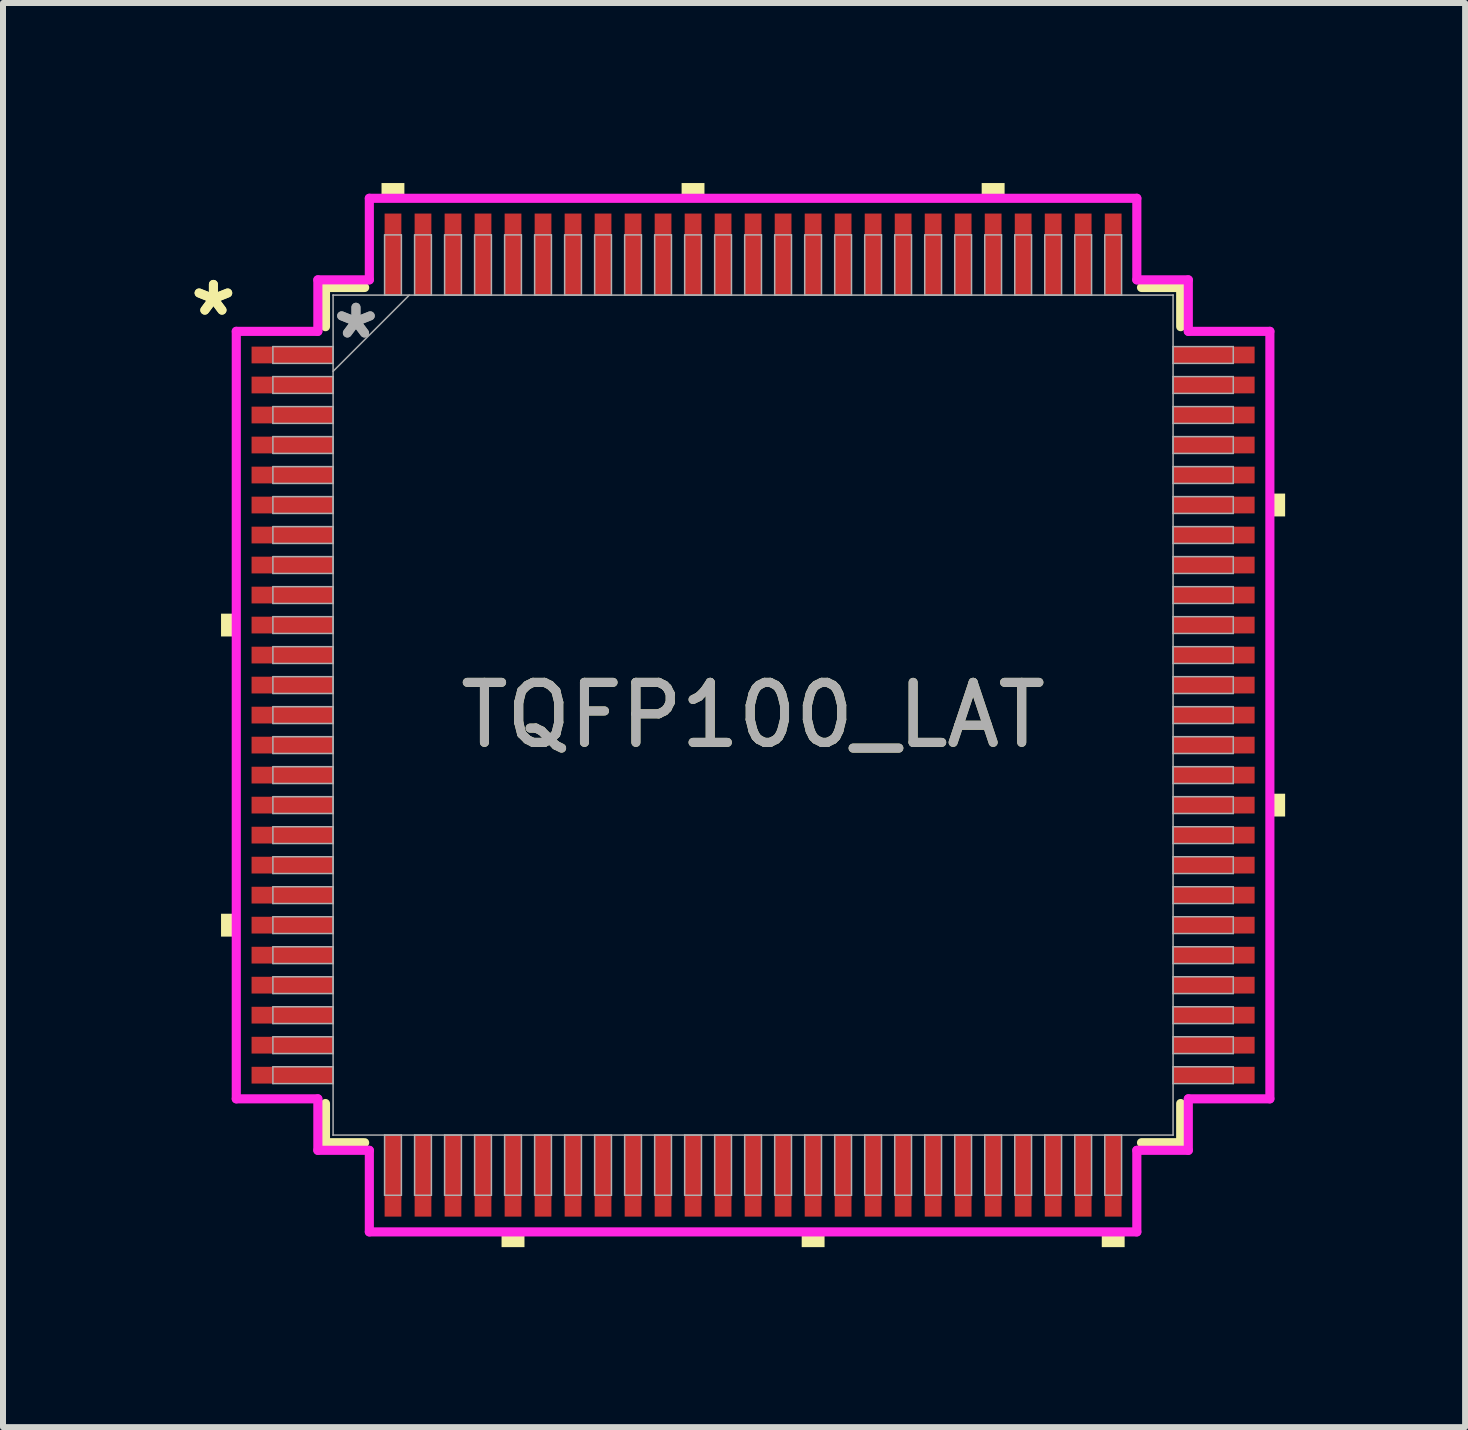
<source format=kicad_pcb>
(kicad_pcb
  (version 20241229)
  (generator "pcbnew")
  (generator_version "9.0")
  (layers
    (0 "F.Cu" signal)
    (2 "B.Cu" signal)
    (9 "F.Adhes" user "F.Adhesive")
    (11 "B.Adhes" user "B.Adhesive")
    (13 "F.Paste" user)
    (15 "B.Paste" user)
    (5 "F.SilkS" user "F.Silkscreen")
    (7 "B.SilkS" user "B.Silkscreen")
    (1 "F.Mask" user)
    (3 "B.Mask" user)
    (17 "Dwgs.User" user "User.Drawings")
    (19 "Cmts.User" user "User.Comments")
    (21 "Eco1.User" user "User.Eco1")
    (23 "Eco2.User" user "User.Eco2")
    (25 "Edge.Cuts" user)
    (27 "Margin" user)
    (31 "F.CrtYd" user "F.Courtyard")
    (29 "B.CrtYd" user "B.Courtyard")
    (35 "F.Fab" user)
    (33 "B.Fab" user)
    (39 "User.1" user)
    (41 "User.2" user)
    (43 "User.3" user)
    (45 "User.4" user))
  (footprint "TQFP100_LAT"
    (layer "F.Cu")
    (at 9.498 8.865)
    (property "Reference" "TQFP100_LAT" (at 0 0 0) (unlocked yes) (layer "F.SilkS") (effects (font (size 1 1) (thickness 0.15))))
    (attr smd)
    (fp_line (start -7.125 -7.125) (end -7.125 -6.472) (stroke (width 0.152) (type solid)) (layer "F.SilkS"))
    (fp_line (start -7.125 6.472) (end -7.125 7.125) (stroke (width 0.152) (type solid)) (layer "F.SilkS"))
    (fp_line (start -7.125 7.125) (end -6.472 7.125) (stroke (width 0.152) (type solid)) (layer "F.SilkS"))
    (fp_line (start -6.472 -7.125) (end -7.125 -7.125) (stroke (width 0.152) (type solid)) (layer "F.SilkS"))
    (fp_line (start 6.472 7.125) (end 7.125 7.125) (stroke (width 0.152) (type solid)) (layer "F.SilkS"))
    (fp_line (start 7.125 -7.125) (end 6.472 -7.125) (stroke (width 0.152) (type solid)) (layer "F.SilkS"))
    (fp_line (start 7.125 -6.472) (end 7.125 -7.125) (stroke (width 0.152) (type solid)) (layer "F.SilkS"))
    (fp_line (start 7.125 7.125) (end 7.125 6.472) (stroke (width 0.152) (type solid)) (layer "F.SilkS"))
    (fp_poly (pts (xy -8.865 -1.69) (xy -8.865 -1.31) (xy -8.611 -1.31) (xy -8.611 -1.69)) (stroke (width 0) (type solid)) (fill yes) (layer "F.SilkS"))
    (fp_poly (pts (xy -8.865 3.31) (xy -8.865 3.691) (xy -8.611 3.691) (xy -8.611 3.31)) (stroke (width 0) (type solid)) (fill yes) (layer "F.SilkS"))
    (fp_poly (pts (xy -6.191 -8.611) (xy -6.191 -8.865) (xy -5.81 -8.865) (xy -5.81 -8.611)) (stroke (width 0) (type solid)) (fill yes) (layer "F.SilkS"))
    (fp_poly (pts (xy -4.191 8.611) (xy -4.191 8.865) (xy -3.809 8.865) (xy -3.809 8.611)) (stroke (width 0) (type solid)) (fill yes) (layer "F.SilkS"))
    (fp_poly (pts (xy -1.191 -8.611) (xy -1.191 -8.865) (xy -0.81 -8.865) (xy -0.81 -8.611)) (stroke (width 0) (type solid)) (fill yes) (layer "F.SilkS"))
    (fp_poly (pts (xy 0.81 8.611) (xy 0.81 8.865) (xy 1.191 8.865) (xy 1.191 8.611)) (stroke (width 0) (type solid)) (fill yes) (layer "F.SilkS"))
    (fp_poly (pts (xy 3.809 -8.611) (xy 3.809 -8.865) (xy 4.191 -8.865) (xy 4.191 -8.611)) (stroke (width 0) (type solid)) (fill yes) (layer "F.SilkS"))
    (fp_poly (pts (xy 5.81 8.611) (xy 5.81 8.865) (xy 6.191 8.865) (xy 6.191 8.611)) (stroke (width 0) (type solid)) (fill yes) (layer "F.SilkS"))
    (fp_poly (pts (xy 8.865 -3.691) (xy 8.865 -3.31) (xy 8.611 -3.31) (xy 8.611 -3.691)) (stroke (width 0) (type solid)) (fill yes) (layer "F.SilkS"))
    (fp_poly (pts (xy 8.865 1.31) (xy 8.865 1.69) (xy 8.611 1.69) (xy 8.611 1.31)) (stroke (width 0) (type solid)) (fill yes) (layer "F.SilkS"))
    (fp_line (start -8.611 -6.394) (end -7.252 -6.394) (stroke (width 0.152) (type solid)) (layer "F.CrtYd"))
    (fp_line (start -8.611 6.394) (end -8.611 -6.394) (stroke (width 0.152) (type solid)) (layer "F.CrtYd"))
    (fp_line (start -7.252 -7.252) (end -6.394 -7.252) (stroke (width 0.152) (type solid)) (layer "F.CrtYd"))
    (fp_line (start -7.252 -6.394) (end -7.252 -7.252) (stroke (width 0.152) (type solid)) (layer "F.CrtYd"))
    (fp_line (start -7.252 6.394) (end -8.611 6.394) (stroke (width 0.152) (type solid)) (layer "F.CrtYd"))
    (fp_line (start -7.252 7.252) (end -7.252 6.394) (stroke (width 0.152) (type solid)) (layer "F.CrtYd"))
    (fp_line (start -7.252 7.252) (end -6.394 7.252) (stroke (width 0.152) (type solid)) (layer "F.CrtYd"))
    (fp_line (start -6.394 -8.611) (end 6.394 -8.611) (stroke (width 0.152) (type solid)) (layer "F.CrtYd"))
    (fp_line (start -6.394 -7.252) (end -6.394 -8.611) (stroke (width 0.152) (type solid)) (layer "F.CrtYd"))
    (fp_line (start -6.394 7.252) (end -6.394 8.611) (stroke (width 0.152) (type solid)) (layer "F.CrtYd"))
    (fp_line (start -6.394 8.611) (end 6.394 8.611) (stroke (width 0.152) (type solid)) (layer "F.CrtYd"))
    (fp_line (start 6.394 -8.611) (end 6.394 -7.252) (stroke (width 0.152) (type solid)) (layer "F.CrtYd"))
    (fp_line (start 6.394 -7.252) (end 7.252 -7.252) (stroke (width 0.152) (type solid)) (layer "F.CrtYd"))
    (fp_line (start 6.394 7.252) (end 7.252 7.252) (stroke (width 0.152) (type solid)) (layer "F.CrtYd"))
    (fp_line (start 6.394 8.611) (end 6.394 7.252) (stroke (width 0.152) (type solid)) (layer "F.CrtYd"))
    (fp_line (start 7.252 -6.394) (end 7.252 -7.252) (stroke (width 0.152) (type solid)) (layer "F.CrtYd"))
    (fp_line (start 7.252 6.394) (end 8.611 6.394) (stroke (width 0.152) (type solid)) (layer "F.CrtYd"))
    (fp_line (start 7.252 7.252) (end 7.252 6.394) (stroke (width 0.152) (type solid)) (layer "F.CrtYd"))
    (fp_line (start 8.611 -6.394) (end 7.252 -6.394) (stroke (width 0.152) (type solid)) (layer "F.CrtYd"))
    (fp_line (start 8.611 6.394) (end 8.611 -6.394) (stroke (width 0.152) (type solid)) (layer "F.CrtYd"))
    (fp_line (start -8.001 -6.14) (end -8.001 -5.86) (stroke (width 0.025) (type solid)) (layer "F.Fab"))
    (fp_line (start -8.001 -5.86) (end -6.998 -5.86) (stroke (width 0.025) (type solid)) (layer "F.Fab"))
    (fp_line (start -8.001 -5.64) (end -8.001 -5.36) (stroke (width 0.025) (type solid)) (layer "F.Fab"))
    (fp_line (start -8.001 -5.36) (end -6.998 -5.36) (stroke (width 0.025) (type solid)) (layer "F.Fab"))
    (fp_line (start -8.001 -5.14) (end -8.001 -4.86) (stroke (width 0.025) (type solid)) (layer "F.Fab"))
    (fp_line (start -8.001 -4.86) (end -6.998 -4.86) (stroke (width 0.025) (type solid)) (layer "F.Fab"))
    (fp_line (start -8.001 -4.64) (end -8.001 -4.36) (stroke (width 0.025) (type solid)) (layer "F.Fab"))
    (fp_line (start -8.001 -4.36) (end -6.998 -4.36) (stroke (width 0.025) (type solid)) (layer "F.Fab"))
    (fp_line (start -8.001 -4.14) (end -8.001 -3.86) (stroke (width 0.025) (type solid)) (layer "F.Fab"))
    (fp_line (start -8.001 -3.86) (end -6.998 -3.86) (stroke (width 0.025) (type solid)) (layer "F.Fab"))
    (fp_line (start -8.001 -3.64) (end -8.001 -3.36) (stroke (width 0.025) (type solid)) (layer "F.Fab"))
    (fp_line (start -8.001 -3.36) (end -6.998 -3.36) (stroke (width 0.025) (type solid)) (layer "F.Fab"))
    (fp_line (start -8.001 -3.14) (end -8.001 -2.86) (stroke (width 0.025) (type solid)) (layer "F.Fab"))
    (fp_line (start -8.001 -2.86) (end -6.998 -2.86) (stroke (width 0.025) (type solid)) (layer "F.Fab"))
    (fp_line (start -8.001 -2.64) (end -8.001 -2.36) (stroke (width 0.025) (type solid)) (layer "F.Fab"))
    (fp_line (start -8.001 -2.36) (end -6.998 -2.36) (stroke (width 0.025) (type solid)) (layer "F.Fab"))
    (fp_line (start -8.001 -2.14) (end -8.001 -1.86) (stroke (width 0.025) (type solid)) (layer "F.Fab"))
    (fp_line (start -8.001 -1.86) (end -6.998 -1.86) (stroke (width 0.025) (type solid)) (layer "F.Fab"))
    (fp_line (start -8.001 -1.64) (end -8.001 -1.36) (stroke (width 0.025) (type solid)) (layer "F.Fab"))
    (fp_line (start -8.001 -1.36) (end -6.998 -1.36) (stroke (width 0.025) (type solid)) (layer "F.Fab"))
    (fp_line (start -8.001 -1.14) (end -8.001 -0.86) (stroke (width 0.025) (type solid)) (layer "F.Fab"))
    (fp_line (start -8.001 -0.86) (end -6.998 -0.86) (stroke (width 0.025) (type solid)) (layer "F.Fab"))
    (fp_line (start -8.001 -0.64) (end -8.001 -0.36) (stroke (width 0.025) (type solid)) (layer "F.Fab"))
    (fp_line (start -8.001 -0.36) (end -6.998 -0.36) (stroke (width 0.025) (type solid)) (layer "F.Fab"))
    (fp_line (start -8.001 -0.14) (end -8.001 0.14) (stroke (width 0.025) (type solid)) (layer "F.Fab"))
    (fp_line (start -8.001 0.14) (end -6.998 0.14) (stroke (width 0.025) (type solid)) (layer "F.Fab"))
    (fp_line (start -8.001 0.36) (end -8.001 0.64) (stroke (width 0.025) (type solid)) (layer "F.Fab"))
    (fp_line (start -8.001 0.64) (end -6.998 0.64) (stroke (width 0.025) (type solid)) (layer "F.Fab"))
    (fp_line (start -8.001 0.86) (end -8.001 1.14) (stroke (width 0.025) (type solid)) (layer "F.Fab"))
    (fp_line (start -8.001 1.14) (end -6.998 1.14) (stroke (width 0.025) (type solid)) (layer "F.Fab"))
    (fp_line (start -8.001 1.36) (end -8.001 1.64) (stroke (width 0.025) (type solid)) (layer "F.Fab"))
    (fp_line (start -8.001 1.64) (end -6.998 1.64) (stroke (width 0.025) (type solid)) (layer "F.Fab"))
    (fp_line (start -8.001 1.86) (end -8.001 2.14) (stroke (width 0.025) (type solid)) (layer "F.Fab"))
    (fp_line (start -8.001 2.14) (end -6.998 2.14) (stroke (width 0.025) (type solid)) (layer "F.Fab"))
    (fp_line (start -8.001 2.36) (end -8.001 2.64) (stroke (width 0.025) (type solid)) (layer "F.Fab"))
    (fp_line (start -8.001 2.64) (end -6.998 2.64) (stroke (width 0.025) (type solid)) (layer "F.Fab"))
    (fp_line (start -8.001 2.86) (end -8.001 3.14) (stroke (width 0.025) (type solid)) (layer "F.Fab"))
    (fp_line (start -8.001 3.14) (end -6.998 3.14) (stroke (width 0.025) (type solid)) (layer "F.Fab"))
    (fp_line (start -8.001 3.36) (end -8.001 3.64) (stroke (width 0.025) (type solid)) (layer "F.Fab"))
    (fp_line (start -8.001 3.64) (end -6.998 3.64) (stroke (width 0.025) (type solid)) (layer "F.Fab"))
    (fp_line (start -8.001 3.86) (end -8.001 4.14) (stroke (width 0.025) (type solid)) (layer "F.Fab"))
    (fp_line (start -8.001 4.14) (end -6.998 4.14) (stroke (width 0.025) (type solid)) (layer "F.Fab"))
    (fp_line (start -8.001 4.36) (end -8.001 4.64) (stroke (width 0.025) (type solid)) (layer "F.Fab"))
    (fp_line (start -8.001 4.64) (end -6.998 4.64) (stroke (width 0.025) (type solid)) (layer "F.Fab"))
    (fp_line (start -8.001 4.86) (end -8.001 5.14) (stroke (width 0.025) (type solid)) (layer "F.Fab"))
    (fp_line (start -8.001 5.14) (end -6.998 5.14) (stroke (width 0.025) (type solid)) (layer "F.Fab"))
    (fp_line (start -8.001 5.36) (end -8.001 5.64) (stroke (width 0.025) (type solid)) (layer "F.Fab"))
    (fp_line (start -8.001 5.64) (end -6.998 5.64) (stroke (width 0.025) (type solid)) (layer "F.Fab"))
    (fp_line (start -8.001 5.86) (end -8.001 6.14) (stroke (width 0.025) (type solid)) (layer "F.Fab"))
    (fp_line (start -8.001 6.14) (end -6.998 6.14) (stroke (width 0.025) (type solid)) (layer "F.Fab"))
    (fp_line (start -6.998 -6.998) (end -6.998 -6.998) (stroke (width 0.025) (type solid)) (layer "F.Fab"))
    (fp_line (start -6.998 -6.998) (end -6.998 6.998) (stroke (width 0.025) (type solid)) (layer "F.Fab"))
    (fp_line (start -6.998 -6.14) (end -8.001 -6.14) (stroke (width 0.025) (type solid)) (layer "F.Fab"))
    (fp_line (start -6.998 -5.86) (end -6.998 -6.14) (stroke (width 0.025) (type solid)) (layer "F.Fab"))
    (fp_line (start -6.998 -5.728) (end -5.728 -6.998) (stroke (width 0.025) (type solid)) (layer "F.Fab"))
    (fp_line (start -6.998 -5.64) (end -8.001 -5.64) (stroke (width 0.025) (type solid)) (layer "F.Fab"))
    (fp_line (start -6.998 -5.36) (end -6.998 -5.64) (stroke (width 0.025) (type solid)) (layer "F.Fab"))
    (fp_line (start -6.998 -5.14) (end -8.001 -5.14) (stroke (width 0.025) (type solid)) (layer "F.Fab"))
    (fp_line (start -6.998 -4.86) (end -6.998 -5.14) (stroke (width 0.025) (type solid)) (layer "F.Fab"))
    (fp_line (start -6.998 -4.64) (end -8.001 -4.64) (stroke (width 0.025) (type solid)) (layer "F.Fab"))
    (fp_line (start -6.998 -4.36) (end -6.998 -4.64) (stroke (width 0.025) (type solid)) (layer "F.Fab"))
    (fp_line (start -6.998 -4.14) (end -8.001 -4.14) (stroke (width 0.025) (type solid)) (layer "F.Fab"))
    (fp_line (start -6.998 -3.86) (end -6.998 -4.14) (stroke (width 0.025) (type solid)) (layer "F.Fab"))
    (fp_line (start -6.998 -3.64) (end -8.001 -3.64) (stroke (width 0.025) (type solid)) (layer "F.Fab"))
    (fp_line (start -6.998 -3.36) (end -6.998 -3.64) (stroke (width 0.025) (type solid)) (layer "F.Fab"))
    (fp_line (start -6.998 -3.14) (end -8.001 -3.14) (stroke (width 0.025) (type solid)) (layer "F.Fab"))
    (fp_line (start -6.998 -2.86) (end -6.998 -3.14) (stroke (width 0.025) (type solid)) (layer "F.Fab"))
    (fp_line (start -6.998 -2.64) (end -8.001 -2.64) (stroke (width 0.025) (type solid)) (layer "F.Fab"))
    (fp_line (start -6.998 -2.36) (end -6.998 -2.64) (stroke (width 0.025) (type solid)) (layer "F.Fab"))
    (fp_line (start -6.998 -2.14) (end -8.001 -2.14) (stroke (width 0.025) (type solid)) (layer "F.Fab"))
    (fp_line (start -6.998 -1.86) (end -6.998 -2.14) (stroke (width 0.025) (type solid)) (layer "F.Fab"))
    (fp_line (start -6.998 -1.64) (end -8.001 -1.64) (stroke (width 0.025) (type solid)) (layer "F.Fab"))
    (fp_line (start -6.998 -1.36) (end -6.998 -1.64) (stroke (width 0.025) (type solid)) (layer "F.Fab"))
    (fp_line (start -6.998 -1.14) (end -8.001 -1.14) (stroke (width 0.025) (type solid)) (layer "F.Fab"))
    (fp_line (start -6.998 -0.86) (end -6.998 -1.14) (stroke (width 0.025) (type solid)) (layer "F.Fab"))
    (fp_line (start -6.998 -0.64) (end -8.001 -0.64) (stroke (width 0.025) (type solid)) (layer "F.Fab"))
    (fp_line (start -6.998 -0.36) (end -6.998 -0.64) (stroke (width 0.025) (type solid)) (layer "F.Fab"))
    (fp_line (start -6.998 -0.14) (end -8.001 -0.14) (stroke (width 0.025) (type solid)) (layer "F.Fab"))
    (fp_line (start -6.998 0.14) (end -6.998 -0.14) (stroke (width 0.025) (type solid)) (layer "F.Fab"))
    (fp_line (start -6.998 0.36) (end -8.001 0.36) (stroke (width 0.025) (type solid)) (layer "F.Fab"))
    (fp_line (start -6.998 0.64) (end -6.998 0.36) (stroke (width 0.025) (type solid)) (layer "F.Fab"))
    (fp_line (start -6.998 0.86) (end -8.001 0.86) (stroke (width 0.025) (type solid)) (layer "F.Fab"))
    (fp_line (start -6.998 1.14) (end -6.998 0.86) (stroke (width 0.025) (type solid)) (layer "F.Fab"))
    (fp_line (start -6.998 1.36) (end -8.001 1.36) (stroke (width 0.025) (type solid)) (layer "F.Fab"))
    (fp_line (start -6.998 1.64) (end -6.998 1.36) (stroke (width 0.025) (type solid)) (layer "F.Fab"))
    (fp_line (start -6.998 1.86) (end -8.001 1.86) (stroke (width 0.025) (type solid)) (layer "F.Fab"))
    (fp_line (start -6.998 2.14) (end -6.998 1.86) (stroke (width 0.025) (type solid)) (layer "F.Fab"))
    (fp_line (start -6.998 2.36) (end -8.001 2.36) (stroke (width 0.025) (type solid)) (layer "F.Fab"))
    (fp_line (start -6.998 2.64) (end -6.998 2.36) (stroke (width 0.025) (type solid)) (layer "F.Fab"))
    (fp_line (start -6.998 2.86) (end -8.001 2.86) (stroke (width 0.025) (type solid)) (layer "F.Fab"))
    (fp_line (start -6.998 3.14) (end -6.998 2.86) (stroke (width 0.025) (type solid)) (layer "F.Fab"))
    (fp_line (start -6.998 3.36) (end -8.001 3.36) (stroke (width 0.025) (type solid)) (layer "F.Fab"))
    (fp_line (start -6.998 3.64) (end -6.998 3.36) (stroke (width 0.025) (type solid)) (layer "F.Fab"))
    (fp_line (start -6.998 3.86) (end -8.001 3.86) (stroke (width 0.025) (type solid)) (layer "F.Fab"))
    (fp_line (start -6.998 4.14) (end -6.998 3.86) (stroke (width 0.025) (type solid)) (layer "F.Fab"))
    (fp_line (start -6.998 4.36) (end -8.001 4.36) (stroke (width 0.025) (type solid)) (layer "F.Fab"))
    (fp_line (start -6.998 4.64) (end -6.998 4.36) (stroke (width 0.025) (type solid)) (layer "F.Fab"))
    (fp_line (start -6.998 4.86) (end -8.001 4.86) (stroke (width 0.025) (type solid)) (layer "F.Fab"))
    (fp_line (start -6.998 5.14) (end -6.998 4.86) (stroke (width 0.025) (type solid)) (layer "F.Fab"))
    (fp_line (start -6.998 5.36) (end -8.001 5.36) (stroke (width 0.025) (type solid)) (layer "F.Fab"))
    (fp_line (start -6.998 5.64) (end -6.998 5.36) (stroke (width 0.025) (type solid)) (layer "F.Fab"))
    (fp_line (start -6.998 5.86) (end -8.001 5.86) (stroke (width 0.025) (type solid)) (layer "F.Fab"))
    (fp_line (start -6.998 6.14) (end -6.998 5.86) (stroke (width 0.025) (type solid)) (layer "F.Fab"))
    (fp_line (start -6.998 6.998) (end -6.998 6.998) (stroke (width 0.025) (type solid)) (layer "F.Fab"))
    (fp_line (start -6.998 6.998) (end 6.998 6.998) (stroke (width 0.025) (type solid)) (layer "F.Fab"))
    (fp_line (start -6.14 -8.001) (end -6.14 -6.998) (stroke (width 0.025) (type solid)) (layer "F.Fab"))
    (fp_line (start -6.14 -6.998) (end -5.86 -6.998) (stroke (width 0.025) (type solid)) (layer "F.Fab"))
    (fp_line (start -6.14 6.998) (end -6.14 8.001) (stroke (width 0.025) (type solid)) (layer "F.Fab"))
    (fp_line (start -6.14 8.001) (end -5.86 8.001) (stroke (width 0.025) (type solid)) (layer "F.Fab"))
    (fp_line (start -5.86 -8.001) (end -6.14 -8.001) (stroke (width 0.025) (type solid)) (layer "F.Fab"))
    (fp_line (start -5.86 -6.998) (end -5.86 -8.001) (stroke (width 0.025) (type solid)) (layer "F.Fab"))
    (fp_line (start -5.86 6.998) (end -6.14 6.998) (stroke (width 0.025) (type solid)) (layer "F.Fab"))
    (fp_line (start -5.86 8.001) (end -5.86 6.998) (stroke (width 0.025) (type solid)) (layer "F.Fab"))
    (fp_line (start -5.64 -8.001) (end -5.64 -6.998) (stroke (width 0.025) (type solid)) (layer "F.Fab"))
    (fp_line (start -5.64 -6.998) (end -5.36 -6.998) (stroke (width 0.025) (type solid)) (layer "F.Fab"))
    (fp_line (start -5.64 6.998) (end -5.64 8.001) (stroke (width 0.025) (type solid)) (layer "F.Fab"))
    (fp_line (start -5.64 8.001) (end -5.36 8.001) (stroke (width 0.025) (type solid)) (layer "F.Fab"))
    (fp_line (start -5.36 -8.001) (end -5.64 -8.001) (stroke (width 0.025) (type solid)) (layer "F.Fab"))
    (fp_line (start -5.36 -6.998) (end -5.36 -8.001) (stroke (width 0.025) (type solid)) (layer "F.Fab"))
    (fp_line (start -5.36 6.998) (end -5.64 6.998) (stroke (width 0.025) (type solid)) (layer "F.Fab"))
    (fp_line (start -5.36 8.001) (end -5.36 6.998) (stroke (width 0.025) (type solid)) (layer "F.Fab"))
    (fp_line (start -5.14 -8.001) (end -5.14 -6.998) (stroke (width 0.025) (type solid)) (layer "F.Fab"))
    (fp_line (start -5.14 -6.998) (end -4.86 -6.998) (stroke (width 0.025) (type solid)) (layer "F.Fab"))
    (fp_line (start -5.14 6.998) (end -5.14 8.001) (stroke (width 0.025) (type solid)) (layer "F.Fab"))
    (fp_line (start -5.14 8.001) (end -4.86 8.001) (stroke (width 0.025) (type solid)) (layer "F.Fab"))
    (fp_line (start -4.86 -8.001) (end -5.14 -8.001) (stroke (width 0.025) (type solid)) (layer "F.Fab"))
    (fp_line (start -4.86 -6.998) (end -4.86 -8.001) (stroke (width 0.025) (type solid)) (layer "F.Fab"))
    (fp_line (start -4.86 6.998) (end -5.14 6.998) (stroke (width 0.025) (type solid)) (layer "F.Fab"))
    (fp_line (start -4.86 8.001) (end -4.86 6.998) (stroke (width 0.025) (type solid)) (layer "F.Fab"))
    (fp_line (start -4.64 -8.001) (end -4.64 -6.998) (stroke (width 0.025) (type solid)) (layer "F.Fab"))
    (fp_line (start -4.64 -6.998) (end -4.36 -6.998) (stroke (width 0.025) (type solid)) (layer "F.Fab"))
    (fp_line (start -4.64 6.998) (end -4.64 8.001) (stroke (width 0.025) (type solid)) (layer "F.Fab"))
    (fp_line (start -4.64 8.001) (end -4.36 8.001) (stroke (width 0.025) (type solid)) (layer "F.Fab"))
    (fp_line (start -4.36 -8.001) (end -4.64 -8.001) (stroke (width 0.025) (type solid)) (layer "F.Fab"))
    (fp_line (start -4.36 -6.998) (end -4.36 -8.001) (stroke (width 0.025) (type solid)) (layer "F.Fab"))
    (fp_line (start -4.36 6.998) (end -4.64 6.998) (stroke (width 0.025) (type solid)) (layer "F.Fab"))
    (fp_line (start -4.36 8.001) (end -4.36 6.998) (stroke (width 0.025) (type solid)) (layer "F.Fab"))
    (fp_line (start -4.14 -8.001) (end -4.14 -6.998) (stroke (width 0.025) (type solid)) (layer "F.Fab"))
    (fp_line (start -4.14 -6.998) (end -3.86 -6.998) (stroke (width 0.025) (type solid)) (layer "F.Fab"))
    (fp_line (start -4.14 6.998) (end -4.14 8.001) (stroke (width 0.025) (type solid)) (layer "F.Fab"))
    (fp_line (start -4.14 8.001) (end -3.86 8.001) (stroke (width 0.025) (type solid)) (layer "F.Fab"))
    (fp_line (start -3.86 -8.001) (end -4.14 -8.001) (stroke (width 0.025) (type solid)) (layer "F.Fab"))
    (fp_line (start -3.86 -6.998) (end -3.86 -8.001) (stroke (width 0.025) (type solid)) (layer "F.Fab"))
    (fp_line (start -3.86 6.998) (end -4.14 6.998) (stroke (width 0.025) (type solid)) (layer "F.Fab"))
    (fp_line (start -3.86 8.001) (end -3.86 6.998) (stroke (width 0.025) (type solid)) (layer "F.Fab"))
    (fp_line (start -3.64 -8.001) (end -3.64 -6.998) (stroke (width 0.025) (type solid)) (layer "F.Fab"))
    (fp_line (start -3.64 -6.998) (end -3.36 -6.998) (stroke (width 0.025) (type solid)) (layer "F.Fab"))
    (fp_line (start -3.64 6.998) (end -3.64 8.001) (stroke (width 0.025) (type solid)) (layer "F.Fab"))
    (fp_line (start -3.64 8.001) (end -3.36 8.001) (stroke (width 0.025) (type solid)) (layer "F.Fab"))
    (fp_line (start -3.36 -8.001) (end -3.64 -8.001) (stroke (width 0.025) (type solid)) (layer "F.Fab"))
    (fp_line (start -3.36 -6.998) (end -3.36 -8.001) (stroke (width 0.025) (type solid)) (layer "F.Fab"))
    (fp_line (start -3.36 6.998) (end -3.64 6.998) (stroke (width 0.025) (type solid)) (layer "F.Fab"))
    (fp_line (start -3.36 8.001) (end -3.36 6.998) (stroke (width 0.025) (type solid)) (layer "F.Fab"))
    (fp_line (start -3.14 -8.001) (end -3.14 -6.998) (stroke (width 0.025) (type solid)) (layer "F.Fab"))
    (fp_line (start -3.14 -6.998) (end -2.86 -6.998) (stroke (width 0.025) (type solid)) (layer "F.Fab"))
    (fp_line (start -3.14 6.998) (end -3.14 8.001) (stroke (width 0.025) (type solid)) (layer "F.Fab"))
    (fp_line (start -3.14 8.001) (end -2.86 8.001) (stroke (width 0.025) (type solid)) (layer "F.Fab"))
    (fp_line (start -2.86 -8.001) (end -3.14 -8.001) (stroke (width 0.025) (type solid)) (layer "F.Fab"))
    (fp_line (start -2.86 -6.998) (end -2.86 -8.001) (stroke (width 0.025) (type solid)) (layer "F.Fab"))
    (fp_line (start -2.86 6.998) (end -3.14 6.998) (stroke (width 0.025) (type solid)) (layer "F.Fab"))
    (fp_line (start -2.86 8.001) (end -2.86 6.998) (stroke (width 0.025) (type solid)) (layer "F.Fab"))
    (fp_line (start -2.64 -8.001) (end -2.64 -6.998) (stroke (width 0.025) (type solid)) (layer "F.Fab"))
    (fp_line (start -2.64 -6.998) (end -2.36 -6.998) (stroke (width 0.025) (type solid)) (layer "F.Fab"))
    (fp_line (start -2.64 6.998) (end -2.64 8.001) (stroke (width 0.025) (type solid)) (layer "F.Fab"))
    (fp_line (start -2.64 8.001) (end -2.36 8.001) (stroke (width 0.025) (type solid)) (layer "F.Fab"))
    (fp_line (start -2.36 -8.001) (end -2.64 -8.001) (stroke (width 0.025) (type solid)) (layer "F.Fab"))
    (fp_line (start -2.36 -6.998) (end -2.36 -8.001) (stroke (width 0.025) (type solid)) (layer "F.Fab"))
    (fp_line (start -2.36 6.998) (end -2.64 6.998) (stroke (width 0.025) (type solid)) (layer "F.Fab"))
    (fp_line (start -2.36 8.001) (end -2.36 6.998) (stroke (width 0.025) (type solid)) (layer "F.Fab"))
    (fp_line (start -2.14 -8.001) (end -2.14 -6.998) (stroke (width 0.025) (type solid)) (layer "F.Fab"))
    (fp_line (start -2.14 -6.998) (end -1.86 -6.998) (stroke (width 0.025) (type solid)) (layer "F.Fab"))
    (fp_line (start -2.14 6.998) (end -2.14 8.001) (stroke (width 0.025) (type solid)) (layer "F.Fab"))
    (fp_line (start -2.14 8.001) (end -1.86 8.001) (stroke (width 0.025) (type solid)) (layer "F.Fab"))
    (fp_line (start -1.86 -8.001) (end -2.14 -8.001) (stroke (width 0.025) (type solid)) (layer "F.Fab"))
    (fp_line (start -1.86 -6.998) (end -1.86 -8.001) (stroke (width 0.025) (type solid)) (layer "F.Fab"))
    (fp_line (start -1.86 6.998) (end -2.14 6.998) (stroke (width 0.025) (type solid)) (layer "F.Fab"))
    (fp_line (start -1.86 8.001) (end -1.86 6.998) (stroke (width 0.025) (type solid)) (layer "F.Fab"))
    (fp_line (start -1.64 -8.001) (end -1.64 -6.998) (stroke (width 0.025) (type solid)) (layer "F.Fab"))
    (fp_line (start -1.64 -6.998) (end -1.36 -6.998) (stroke (width 0.025) (type solid)) (layer "F.Fab"))
    (fp_line (start -1.64 6.998) (end -1.64 8.001) (stroke (width 0.025) (type solid)) (layer "F.Fab"))
    (fp_line (start -1.64 8.001) (end -1.36 8.001) (stroke (width 0.025) (type solid)) (layer "F.Fab"))
    (fp_line (start -1.36 -8.001) (end -1.64 -8.001) (stroke (width 0.025) (type solid)) (layer "F.Fab"))
    (fp_line (start -1.36 -6.998) (end -1.36 -8.001) (stroke (width 0.025) (type solid)) (layer "F.Fab"))
    (fp_line (start -1.36 6.998) (end -1.64 6.998) (stroke (width 0.025) (type solid)) (layer "F.Fab"))
    (fp_line (start -1.36 8.001) (end -1.36 6.998) (stroke (width 0.025) (type solid)) (layer "F.Fab"))
    (fp_line (start -1.14 -8.001) (end -1.14 -6.998) (stroke (width 0.025) (type solid)) (layer "F.Fab"))
    (fp_line (start -1.14 -6.998) (end -0.86 -6.998) (stroke (width 0.025) (type solid)) (layer "F.Fab"))
    (fp_line (start -1.14 6.998) (end -1.14 8.001) (stroke (width 0.025) (type solid)) (layer "F.Fab"))
    (fp_line (start -1.14 8.001) (end -0.86 8.001) (stroke (width 0.025) (type solid)) (layer "F.Fab"))
    (fp_line (start -0.86 -8.001) (end -1.14 -8.001) (stroke (width 0.025) (type solid)) (layer "F.Fab"))
    (fp_line (start -0.86 -6.998) (end -0.86 -8.001) (stroke (width 0.025) (type solid)) (layer "F.Fab"))
    (fp_line (start -0.86 6.998) (end -1.14 6.998) (stroke (width 0.025) (type solid)) (layer "F.Fab"))
    (fp_line (start -0.86 8.001) (end -0.86 6.998) (stroke (width 0.025) (type solid)) (layer "F.Fab"))
    (fp_line (start -0.64 -8.001) (end -0.64 -6.998) (stroke (width 0.025) (type solid)) (layer "F.Fab"))
    (fp_line (start -0.64 -6.998) (end -0.36 -6.998) (stroke (width 0.025) (type solid)) (layer "F.Fab"))
    (fp_line (start -0.64 6.998) (end -0.64 8.001) (stroke (width 0.025) (type solid)) (layer "F.Fab"))
    (fp_line (start -0.64 8.001) (end -0.36 8.001) (stroke (width 0.025) (type solid)) (layer "F.Fab"))
    (fp_line (start -0.36 -8.001) (end -0.64 -8.001) (stroke (width 0.025) (type solid)) (layer "F.Fab"))
    (fp_line (start -0.36 -6.998) (end -0.36 -8.001) (stroke (width 0.025) (type solid)) (layer "F.Fab"))
    (fp_line (start -0.36 6.998) (end -0.64 6.998) (stroke (width 0.025) (type solid)) (layer "F.Fab"))
    (fp_line (start -0.36 8.001) (end -0.36 6.998) (stroke (width 0.025) (type solid)) (layer "F.Fab"))
    (fp_line (start -0.14 -8.001) (end -0.14 -6.998) (stroke (width 0.025) (type solid)) (layer "F.Fab"))
    (fp_line (start -0.14 -6.998) (end 0.14 -6.998) (stroke (width 0.025) (type solid)) (layer "F.Fab"))
    (fp_line (start -0.14 6.998) (end -0.14 8.001) (stroke (width 0.025) (type solid)) (layer "F.Fab"))
    (fp_line (start -0.14 8.001) (end 0.14 8.001) (stroke (width 0.025) (type solid)) (layer "F.Fab"))
    (fp_line (start 0.14 -8.001) (end -0.14 -8.001) (stroke (width 0.025) (type solid)) (layer "F.Fab"))
    (fp_line (start 0.14 -6.998) (end 0.14 -8.001) (stroke (width 0.025) (type solid)) (layer "F.Fab"))
    (fp_line (start 0.14 6.998) (end -0.14 6.998) (stroke (width 0.025) (type solid)) (layer "F.Fab"))
    (fp_line (start 0.14 8.001) (end 0.14 6.998) (stroke (width 0.025) (type solid)) (layer "F.Fab"))
    (fp_line (start 0.36 -8.001) (end 0.36 -6.998) (stroke (width 0.025) (type solid)) (layer "F.Fab"))
    (fp_line (start 0.36 -6.998) (end 0.64 -6.998) (stroke (width 0.025) (type solid)) (layer "F.Fab"))
    (fp_line (start 0.36 6.998) (end 0.36 8.001) (stroke (width 0.025) (type solid)) (layer "F.Fab"))
    (fp_line (start 0.36 8.001) (end 0.64 8.001) (stroke (width 0.025) (type solid)) (layer "F.Fab"))
    (fp_line (start 0.64 -8.001) (end 0.36 -8.001) (stroke (width 0.025) (type solid)) (layer "F.Fab"))
    (fp_line (start 0.64 -6.998) (end 0.64 -8.001) (stroke (width 0.025) (type solid)) (layer "F.Fab"))
    (fp_line (start 0.64 6.998) (end 0.36 6.998) (stroke (width 0.025) (type solid)) (layer "F.Fab"))
    (fp_line (start 0.64 8.001) (end 0.64 6.998) (stroke (width 0.025) (type solid)) (layer "F.Fab"))
    (fp_line (start 0.86 -8.001) (end 0.86 -6.998) (stroke (width 0.025) (type solid)) (layer "F.Fab"))
    (fp_line (start 0.86 -6.998) (end 1.14 -6.998) (stroke (width 0.025) (type solid)) (layer "F.Fab"))
    (fp_line (start 0.86 6.998) (end 0.86 8.001) (stroke (width 0.025) (type solid)) (layer "F.Fab"))
    (fp_line (start 0.86 8.001) (end 1.14 8.001) (stroke (width 0.025) (type solid)) (layer "F.Fab"))
    (fp_line (start 1.14 -8.001) (end 0.86 -8.001) (stroke (width 0.025) (type solid)) (layer "F.Fab"))
    (fp_line (start 1.14 -6.998) (end 1.14 -8.001) (stroke (width 0.025) (type solid)) (layer "F.Fab"))
    (fp_line (start 1.14 6.998) (end 0.86 6.998) (stroke (width 0.025) (type solid)) (layer "F.Fab"))
    (fp_line (start 1.14 8.001) (end 1.14 6.998) (stroke (width 0.025) (type solid)) (layer "F.Fab"))
    (fp_line (start 1.36 -8.001) (end 1.36 -6.998) (stroke (width 0.025) (type solid)) (layer "F.Fab"))
    (fp_line (start 1.36 -6.998) (end 1.64 -6.998) (stroke (width 0.025) (type solid)) (layer "F.Fab"))
    (fp_line (start 1.36 6.998) (end 1.36 8.001) (stroke (width 0.025) (type solid)) (layer "F.Fab"))
    (fp_line (start 1.36 8.001) (end 1.64 8.001) (stroke (width 0.025) (type solid)) (layer "F.Fab"))
    (fp_line (start 1.64 -8.001) (end 1.36 -8.001) (stroke (width 0.025) (type solid)) (layer "F.Fab"))
    (fp_line (start 1.64 -6.998) (end 1.64 -8.001) (stroke (width 0.025) (type solid)) (layer "F.Fab"))
    (fp_line (start 1.64 6.998) (end 1.36 6.998) (stroke (width 0.025) (type solid)) (layer "F.Fab"))
    (fp_line (start 1.64 8.001) (end 1.64 6.998) (stroke (width 0.025) (type solid)) (layer "F.Fab"))
    (fp_line (start 1.86 -8.001) (end 1.86 -6.998) (stroke (width 0.025) (type solid)) (layer "F.Fab"))
    (fp_line (start 1.86 -6.998) (end 2.14 -6.998) (stroke (width 0.025) (type solid)) (layer "F.Fab"))
    (fp_line (start 1.86 6.998) (end 1.86 8.001) (stroke (width 0.025) (type solid)) (layer "F.Fab"))
    (fp_line (start 1.86 8.001) (end 2.14 8.001) (stroke (width 0.025) (type solid)) (layer "F.Fab"))
    (fp_line (start 2.14 -8.001) (end 1.86 -8.001) (stroke (width 0.025) (type solid)) (layer "F.Fab"))
    (fp_line (start 2.14 -6.998) (end 2.14 -8.001) (stroke (width 0.025) (type solid)) (layer "F.Fab"))
    (fp_line (start 2.14 6.998) (end 1.86 6.998) (stroke (width 0.025) (type solid)) (layer "F.Fab"))
    (fp_line (start 2.14 8.001) (end 2.14 6.998) (stroke (width 0.025) (type solid)) (layer "F.Fab"))
    (fp_line (start 2.36 -8.001) (end 2.36 -6.998) (stroke (width 0.025) (type solid)) (layer "F.Fab"))
    (fp_line (start 2.36 -6.998) (end 2.64 -6.998) (stroke (width 0.025) (type solid)) (layer "F.Fab"))
    (fp_line (start 2.36 6.998) (end 2.36 8.001) (stroke (width 0.025) (type solid)) (layer "F.Fab"))
    (fp_line (start 2.36 8.001) (end 2.64 8.001) (stroke (width 0.025) (type solid)) (layer "F.Fab"))
    (fp_line (start 2.64 -8.001) (end 2.36 -8.001) (stroke (width 0.025) (type solid)) (layer "F.Fab"))
    (fp_line (start 2.64 -6.998) (end 2.64 -8.001) (stroke (width 0.025) (type solid)) (layer "F.Fab"))
    (fp_line (start 2.64 6.998) (end 2.36 6.998) (stroke (width 0.025) (type solid)) (layer "F.Fab"))
    (fp_line (start 2.64 8.001) (end 2.64 6.998) (stroke (width 0.025) (type solid)) (layer "F.Fab"))
    (fp_line (start 2.86 -8.001) (end 2.86 -6.998) (stroke (width 0.025) (type solid)) (layer "F.Fab"))
    (fp_line (start 2.86 -6.998) (end 3.14 -6.998) (stroke (width 0.025) (type solid)) (layer "F.Fab"))
    (fp_line (start 2.86 6.998) (end 2.86 8.001) (stroke (width 0.025) (type solid)) (layer "F.Fab"))
    (fp_line (start 2.86 8.001) (end 3.14 8.001) (stroke (width 0.025) (type solid)) (layer "F.Fab"))
    (fp_line (start 3.14 -8.001) (end 2.86 -8.001) (stroke (width 0.025) (type solid)) (layer "F.Fab"))
    (fp_line (start 3.14 -6.998) (end 3.14 -8.001) (stroke (width 0.025) (type solid)) (layer "F.Fab"))
    (fp_line (start 3.14 6.998) (end 2.86 6.998) (stroke (width 0.025) (type solid)) (layer "F.Fab"))
    (fp_line (start 3.14 8.001) (end 3.14 6.998) (stroke (width 0.025) (type solid)) (layer "F.Fab"))
    (fp_line (start 3.36 -8.001) (end 3.36 -6.998) (stroke (width 0.025) (type solid)) (layer "F.Fab"))
    (fp_line (start 3.36 -6.998) (end 3.64 -6.998) (stroke (width 0.025) (type solid)) (layer "F.Fab"))
    (fp_line (start 3.36 6.998) (end 3.36 8.001) (stroke (width 0.025) (type solid)) (layer "F.Fab"))
    (fp_line (start 3.36 8.001) (end 3.64 8.001) (stroke (width 0.025) (type solid)) (layer "F.Fab"))
    (fp_line (start 3.64 -8.001) (end 3.36 -8.001) (stroke (width 0.025) (type solid)) (layer "F.Fab"))
    (fp_line (start 3.64 -6.998) (end 3.64 -8.001) (stroke (width 0.025) (type solid)) (layer "F.Fab"))
    (fp_line (start 3.64 6.998) (end 3.36 6.998) (stroke (width 0.025) (type solid)) (layer "F.Fab"))
    (fp_line (start 3.64 8.001) (end 3.64 6.998) (stroke (width 0.025) (type solid)) (layer "F.Fab"))
    (fp_line (start 3.86 -8.001) (end 3.86 -6.998) (stroke (width 0.025) (type solid)) (layer "F.Fab"))
    (fp_line (start 3.86 -6.998) (end 4.14 -6.998) (stroke (width 0.025) (type solid)) (layer "F.Fab"))
    (fp_line (start 3.86 6.998) (end 3.86 8.001) (stroke (width 0.025) (type solid)) (layer "F.Fab"))
    (fp_line (start 3.86 8.001) (end 4.14 8.001) (stroke (width 0.025) (type solid)) (layer "F.Fab"))
    (fp_line (start 4.14 -8.001) (end 3.86 -8.001) (stroke (width 0.025) (type solid)) (layer "F.Fab"))
    (fp_line (start 4.14 -6.998) (end 4.14 -8.001) (stroke (width 0.025) (type solid)) (layer "F.Fab"))
    (fp_line (start 4.14 6.998) (end 3.86 6.998) (stroke (width 0.025) (type solid)) (layer "F.Fab"))
    (fp_line (start 4.14 8.001) (end 4.14 6.998) (stroke (width 0.025) (type solid)) (layer "F.Fab"))
    (fp_line (start 4.36 -8.001) (end 4.36 -6.998) (stroke (width 0.025) (type solid)) (layer "F.Fab"))
    (fp_line (start 4.36 -6.998) (end 4.64 -6.998) (stroke (width 0.025) (type solid)) (layer "F.Fab"))
    (fp_line (start 4.36 6.998) (end 4.36 8.001) (stroke (width 0.025) (type solid)) (layer "F.Fab"))
    (fp_line (start 4.36 8.001) (end 4.64 8.001) (stroke (width 0.025) (type solid)) (layer "F.Fab"))
    (fp_line (start 4.64 -8.001) (end 4.36 -8.001) (stroke (width 0.025) (type solid)) (layer "F.Fab"))
    (fp_line (start 4.64 -6.998) (end 4.64 -8.001) (stroke (width 0.025) (type solid)) (layer "F.Fab"))
    (fp_line (start 4.64 6.998) (end 4.36 6.998) (stroke (width 0.025) (type solid)) (layer "F.Fab"))
    (fp_line (start 4.64 8.001) (end 4.64 6.998) (stroke (width 0.025) (type solid)) (layer "F.Fab"))
    (fp_line (start 4.86 -8.001) (end 4.86 -6.998) (stroke (width 0.025) (type solid)) (layer "F.Fab"))
    (fp_line (start 4.86 -6.998) (end 5.14 -6.998) (stroke (width 0.025) (type solid)) (layer "F.Fab"))
    (fp_line (start 4.86 6.998) (end 4.86 8.001) (stroke (width 0.025) (type solid)) (layer "F.Fab"))
    (fp_line (start 4.86 8.001) (end 5.14 8.001) (stroke (width 0.025) (type solid)) (layer "F.Fab"))
    (fp_line (start 5.14 -8.001) (end 4.86 -8.001) (stroke (width 0.025) (type solid)) (layer "F.Fab"))
    (fp_line (start 5.14 -6.998) (end 5.14 -8.001) (stroke (width 0.025) (type solid)) (layer "F.Fab"))
    (fp_line (start 5.14 6.998) (end 4.86 6.998) (stroke (width 0.025) (type solid)) (layer "F.Fab"))
    (fp_line (start 5.14 8.001) (end 5.14 6.998) (stroke (width 0.025) (type solid)) (layer "F.Fab"))
    (fp_line (start 5.36 -8.001) (end 5.36 -6.998) (stroke (width 0.025) (type solid)) (layer "F.Fab"))
    (fp_line (start 5.36 -6.998) (end 5.64 -6.998) (stroke (width 0.025) (type solid)) (layer "F.Fab"))
    (fp_line (start 5.36 6.998) (end 5.36 8.001) (stroke (width 0.025) (type solid)) (layer "F.Fab"))
    (fp_line (start 5.36 8.001) (end 5.64 8.001) (stroke (width 0.025) (type solid)) (layer "F.Fab"))
    (fp_line (start 5.64 -8.001) (end 5.36 -8.001) (stroke (width 0.025) (type solid)) (layer "F.Fab"))
    (fp_line (start 5.64 -6.998) (end 5.64 -8.001) (stroke (width 0.025) (type solid)) (layer "F.Fab"))
    (fp_line (start 5.64 6.998) (end 5.36 6.998) (stroke (width 0.025) (type solid)) (layer "F.Fab"))
    (fp_line (start 5.64 8.001) (end 5.64 6.998) (stroke (width 0.025) (type solid)) (layer "F.Fab"))
    (fp_line (start 5.86 -8.001) (end 5.86 -6.998) (stroke (width 0.025) (type solid)) (layer "F.Fab"))
    (fp_line (start 5.86 -6.998) (end 6.14 -6.998) (stroke (width 0.025) (type solid)) (layer "F.Fab"))
    (fp_line (start 5.86 6.998) (end 5.86 8.001) (stroke (width 0.025) (type solid)) (layer "F.Fab"))
    (fp_line (start 5.86 8.001) (end 6.14 8.001) (stroke (width 0.025) (type solid)) (layer "F.Fab"))
    (fp_line (start 6.14 -8.001) (end 5.86 -8.001) (stroke (width 0.025) (type solid)) (layer "F.Fab"))
    (fp_line (start 6.14 -6.998) (end 6.14 -8.001) (stroke (width 0.025) (type solid)) (layer "F.Fab"))
    (fp_line (start 6.14 6.998) (end 5.86 6.998) (stroke (width 0.025) (type solid)) (layer "F.Fab"))
    (fp_line (start 6.14 8.001) (end 6.14 6.998) (stroke (width 0.025) (type solid)) (layer "F.Fab"))
    (fp_line (start 6.998 -6.998) (end -6.998 -6.998) (stroke (width 0.025) (type solid)) (layer "F.Fab"))
    (fp_line (start 6.998 -6.998) (end 6.998 -6.998) (stroke (width 0.025) (type solid)) (layer "F.Fab"))
    (fp_line (start 6.998 -6.14) (end 6.998 -5.86) (stroke (width 0.025) (type solid)) (layer "F.Fab"))
    (fp_line (start 6.998 -5.86) (end 8.001 -5.86) (stroke (width 0.025) (type solid)) (layer "F.Fab"))
    (fp_line (start 6.998 -5.64) (end 6.998 -5.36) (stroke (width 0.025) (type solid)) (layer "F.Fab"))
    (fp_line (start 6.998 -5.36) (end 8.001 -5.36) (stroke (width 0.025) (type solid)) (layer "F.Fab"))
    (fp_line (start 6.998 -5.14) (end 6.998 -4.86) (stroke (width 0.025) (type solid)) (layer "F.Fab"))
    (fp_line (start 6.998 -4.86) (end 8.001 -4.86) (stroke (width 0.025) (type solid)) (layer "F.Fab"))
    (fp_line (start 6.998 -4.64) (end 6.998 -4.36) (stroke (width 0.025) (type solid)) (layer "F.Fab"))
    (fp_line (start 6.998 -4.36) (end 8.001 -4.36) (stroke (width 0.025) (type solid)) (layer "F.Fab"))
    (fp_line (start 6.998 -4.14) (end 6.998 -3.86) (stroke (width 0.025) (type solid)) (layer "F.Fab"))
    (fp_line (start 6.998 -3.86) (end 8.001 -3.86) (stroke (width 0.025) (type solid)) (layer "F.Fab"))
    (fp_line (start 6.998 -3.64) (end 6.998 -3.36) (stroke (width 0.025) (type solid)) (layer "F.Fab"))
    (fp_line (start 6.998 -3.36) (end 8.001 -3.36) (stroke (width 0.025) (type solid)) (layer "F.Fab"))
    (fp_line (start 6.998 -3.14) (end 6.998 -2.86) (stroke (width 0.025) (type solid)) (layer "F.Fab"))
    (fp_line (start 6.998 -2.86) (end 8.001 -2.86) (stroke (width 0.025) (type solid)) (layer "F.Fab"))
    (fp_line (start 6.998 -2.64) (end 6.998 -2.36) (stroke (width 0.025) (type solid)) (layer "F.Fab"))
    (fp_line (start 6.998 -2.36) (end 8.001 -2.36) (stroke (width 0.025) (type solid)) (layer "F.Fab"))
    (fp_line (start 6.998 -2.14) (end 6.998 -1.86) (stroke (width 0.025) (type solid)) (layer "F.Fab"))
    (fp_line (start 6.998 -1.86) (end 8.001 -1.86) (stroke (width 0.025) (type solid)) (layer "F.Fab"))
    (fp_line (start 6.998 -1.64) (end 6.998 -1.36) (stroke (width 0.025) (type solid)) (layer "F.Fab"))
    (fp_line (start 6.998 -1.36) (end 8.001 -1.36) (stroke (width 0.025) (type solid)) (layer "F.Fab"))
    (fp_line (start 6.998 -1.14) (end 6.998 -0.86) (stroke (width 0.025) (type solid)) (layer "F.Fab"))
    (fp_line (start 6.998 -0.86) (end 8.001 -0.86) (stroke (width 0.025) (type solid)) (layer "F.Fab"))
    (fp_line (start 6.998 -0.64) (end 6.998 -0.36) (stroke (width 0.025) (type solid)) (layer "F.Fab"))
    (fp_line (start 6.998 -0.36) (end 8.001 -0.36) (stroke (width 0.025) (type solid)) (layer "F.Fab"))
    (fp_line (start 6.998 -0.14) (end 6.998 0.14) (stroke (width 0.025) (type solid)) (layer "F.Fab"))
    (fp_line (start 6.998 0.14) (end 8.001 0.14) (stroke (width 0.025) (type solid)) (layer "F.Fab"))
    (fp_line (start 6.998 0.36) (end 6.998 0.64) (stroke (width 0.025) (type solid)) (layer "F.Fab"))
    (fp_line (start 6.998 0.64) (end 8.001 0.64) (stroke (width 0.025) (type solid)) (layer "F.Fab"))
    (fp_line (start 6.998 0.86) (end 6.998 1.14) (stroke (width 0.025) (type solid)) (layer "F.Fab"))
    (fp_line (start 6.998 1.14) (end 8.001 1.14) (stroke (width 0.025) (type solid)) (layer "F.Fab"))
    (fp_line (start 6.998 1.36) (end 6.998 1.64) (stroke (width 0.025) (type solid)) (layer "F.Fab"))
    (fp_line (start 6.998 1.64) (end 8.001 1.64) (stroke (width 0.025) (type solid)) (layer "F.Fab"))
    (fp_line (start 6.998 1.86) (end 6.998 2.14) (stroke (width 0.025) (type solid)) (layer "F.Fab"))
    (fp_line (start 6.998 2.14) (end 8.001 2.14) (stroke (width 0.025) (type solid)) (layer "F.Fab"))
    (fp_line (start 6.998 2.36) (end 6.998 2.64) (stroke (width 0.025) (type solid)) (layer "F.Fab"))
    (fp_line (start 6.998 2.64) (end 8.001 2.64) (stroke (width 0.025) (type solid)) (layer "F.Fab"))
    (fp_line (start 6.998 2.86) (end 6.998 3.14) (stroke (width 0.025) (type solid)) (layer "F.Fab"))
    (fp_line (start 6.998 3.14) (end 8.001 3.14) (stroke (width 0.025) (type solid)) (layer "F.Fab"))
    (fp_line (start 6.998 3.36) (end 6.998 3.64) (stroke (width 0.025) (type solid)) (layer "F.Fab"))
    (fp_line (start 6.998 3.64) (end 8.001 3.64) (stroke (width 0.025) (type solid)) (layer "F.Fab"))
    (fp_line (start 6.998 3.86) (end 6.998 4.14) (stroke (width 0.025) (type solid)) (layer "F.Fab"))
    (fp_line (start 6.998 4.14) (end 8.001 4.14) (stroke (width 0.025) (type solid)) (layer "F.Fab"))
    (fp_line (start 6.998 4.36) (end 6.998 4.64) (stroke (width 0.025) (type solid)) (layer "F.Fab"))
    (fp_line (start 6.998 4.64) (end 8.001 4.64) (stroke (width 0.025) (type solid)) (layer "F.Fab"))
    (fp_line (start 6.998 4.86) (end 6.998 5.14) (stroke (width 0.025) (type solid)) (layer "F.Fab"))
    (fp_line (start 6.998 5.14) (end 8.001 5.14) (stroke (width 0.025) (type solid)) (layer "F.Fab"))
    (fp_line (start 6.998 5.36) (end 6.998 5.64) (stroke (width 0.025) (type solid)) (layer "F.Fab"))
    (fp_line (start 6.998 5.64) (end 8.001 5.64) (stroke (width 0.025) (type solid)) (layer "F.Fab"))
    (fp_line (start 6.998 5.86) (end 6.998 6.14) (stroke (width 0.025) (type solid)) (layer "F.Fab"))
    (fp_line (start 6.998 6.14) (end 8.001 6.14) (stroke (width 0.025) (type solid)) (layer "F.Fab"))
    (fp_line (start 6.998 6.998) (end 6.998 -6.998) (stroke (width 0.025) (type solid)) (layer "F.Fab"))
    (fp_line (start 6.998 6.998) (end 6.998 6.998) (stroke (width 0.025) (type solid)) (layer "F.Fab"))
    (fp_line (start 8.001 -6.14) (end 6.998 -6.14) (stroke (width 0.025) (type solid)) (layer "F.Fab"))
    (fp_line (start 8.001 -5.86) (end 8.001 -6.14) (stroke (width 0.025) (type solid)) (layer "F.Fab"))
    (fp_line (start 8.001 -5.64) (end 6.998 -5.64) (stroke (width 0.025) (type solid)) (layer "F.Fab"))
    (fp_line (start 8.001 -5.36) (end 8.001 -5.64) (stroke (width 0.025) (type solid)) (layer "F.Fab"))
    (fp_line (start 8.001 -5.14) (end 6.998 -5.14) (stroke (width 0.025) (type solid)) (layer "F.Fab"))
    (fp_line (start 8.001 -4.86) (end 8.001 -5.14) (stroke (width 0.025) (type solid)) (layer "F.Fab"))
    (fp_line (start 8.001 -4.64) (end 6.998 -4.64) (stroke (width 0.025) (type solid)) (layer "F.Fab"))
    (fp_line (start 8.001 -4.36) (end 8.001 -4.64) (stroke (width 0.025) (type solid)) (layer "F.Fab"))
    (fp_line (start 8.001 -4.14) (end 6.998 -4.14) (stroke (width 0.025) (type solid)) (layer "F.Fab"))
    (fp_line (start 8.001 -3.86) (end 8.001 -4.14) (stroke (width 0.025) (type solid)) (layer "F.Fab"))
    (fp_line (start 8.001 -3.64) (end 6.998 -3.64) (stroke (width 0.025) (type solid)) (layer "F.Fab"))
    (fp_line (start 8.001 -3.36) (end 8.001 -3.64) (stroke (width 0.025) (type solid)) (layer "F.Fab"))
    (fp_line (start 8.001 -3.14) (end 6.998 -3.14) (stroke (width 0.025) (type solid)) (layer "F.Fab"))
    (fp_line (start 8.001 -2.86) (end 8.001 -3.14) (stroke (width 0.025) (type solid)) (layer "F.Fab"))
    (fp_line (start 8.001 -2.64) (end 6.998 -2.64) (stroke (width 0.025) (type solid)) (layer "F.Fab"))
    (fp_line (start 8.001 -2.36) (end 8.001 -2.64) (stroke (width 0.025) (type solid)) (layer "F.Fab"))
    (fp_line (start 8.001 -2.14) (end 6.998 -2.14) (stroke (width 0.025) (type solid)) (layer "F.Fab"))
    (fp_line (start 8.001 -1.86) (end 8.001 -2.14) (stroke (width 0.025) (type solid)) (layer "F.Fab"))
    (fp_line (start 8.001 -1.64) (end 6.998 -1.64) (stroke (width 0.025) (type solid)) (layer "F.Fab"))
    (fp_line (start 8.001 -1.36) (end 8.001 -1.64) (stroke (width 0.025) (type solid)) (layer "F.Fab"))
    (fp_line (start 8.001 -1.14) (end 6.998 -1.14) (stroke (width 0.025) (type solid)) (layer "F.Fab"))
    (fp_line (start 8.001 -0.86) (end 8.001 -1.14) (stroke (width 0.025) (type solid)) (layer "F.Fab"))
    (fp_line (start 8.001 -0.64) (end 6.998 -0.64) (stroke (width 0.025) (type solid)) (layer "F.Fab"))
    (fp_line (start 8.001 -0.36) (end 8.001 -0.64) (stroke (width 0.025) (type solid)) (layer "F.Fab"))
    (fp_line (start 8.001 -0.14) (end 6.998 -0.14) (stroke (width 0.025) (type solid)) (layer "F.Fab"))
    (fp_line (start 8.001 0.14) (end 8.001 -0.14) (stroke (width 0.025) (type solid)) (layer "F.Fab"))
    (fp_line (start 8.001 0.36) (end 6.998 0.36) (stroke (width 0.025) (type solid)) (layer "F.Fab"))
    (fp_line (start 8.001 0.64) (end 8.001 0.36) (stroke (width 0.025) (type solid)) (layer "F.Fab"))
    (fp_line (start 8.001 0.86) (end 6.998 0.86) (stroke (width 0.025) (type solid)) (layer "F.Fab"))
    (fp_line (start 8.001 1.14) (end 8.001 0.86) (stroke (width 0.025) (type solid)) (layer "F.Fab"))
    (fp_line (start 8.001 1.36) (end 6.998 1.36) (stroke (width 0.025) (type solid)) (layer "F.Fab"))
    (fp_line (start 8.001 1.64) (end 8.001 1.36) (stroke (width 0.025) (type solid)) (layer "F.Fab"))
    (fp_line (start 8.001 1.86) (end 6.998 1.86) (stroke (width 0.025) (type solid)) (layer "F.Fab"))
    (fp_line (start 8.001 2.14) (end 8.001 1.86) (stroke (width 0.025) (type solid)) (layer "F.Fab"))
    (fp_line (start 8.001 2.36) (end 6.998 2.36) (stroke (width 0.025) (type solid)) (layer "F.Fab"))
    (fp_line (start 8.001 2.64) (end 8.001 2.36) (stroke (width 0.025) (type solid)) (layer "F.Fab"))
    (fp_line (start 8.001 2.86) (end 6.998 2.86) (stroke (width 0.025) (type solid)) (layer "F.Fab"))
    (fp_line (start 8.001 3.14) (end 8.001 2.86) (stroke (width 0.025) (type solid)) (layer "F.Fab"))
    (fp_line (start 8.001 3.36) (end 6.998 3.36) (stroke (width 0.025) (type solid)) (layer "F.Fab"))
    (fp_line (start 8.001 3.64) (end 8.001 3.36) (stroke (width 0.025) (type solid)) (layer "F.Fab"))
    (fp_line (start 8.001 3.86) (end 6.998 3.86) (stroke (width 0.025) (type solid)) (layer "F.Fab"))
    (fp_line (start 8.001 4.14) (end 8.001 3.86) (stroke (width 0.025) (type solid)) (layer "F.Fab"))
    (fp_line (start 8.001 4.36) (end 6.998 4.36) (stroke (width 0.025) (type solid)) (layer "F.Fab"))
    (fp_line (start 8.001 4.64) (end 8.001 4.36) (stroke (width 0.025) (type solid)) (layer "F.Fab"))
    (fp_line (start 8.001 4.86) (end 6.998 4.86) (stroke (width 0.025) (type solid)) (layer "F.Fab"))
    (fp_line (start 8.001 5.14) (end 8.001 4.86) (stroke (width 0.025) (type solid)) (layer "F.Fab"))
    (fp_line (start 8.001 5.36) (end 6.998 5.36) (stroke (width 0.025) (type solid)) (layer "F.Fab"))
    (fp_line (start 8.001 5.64) (end 8.001 5.36) (stroke (width 0.025) (type solid)) (layer "F.Fab"))
    (fp_line (start 8.001 5.86) (end 6.998 5.86) (stroke (width 0.025) (type solid)) (layer "F.Fab"))
    (fp_line (start 8.001 6.14) (end 8.001 5.86) (stroke (width 0.025) (type solid)) (layer "F.Fab"))
    (fp_text user "*" (at -8.992 -6.631 0) (unlocked yes) (layer "F.SilkS") (effects (font (size 1 1) (thickness 0.15))))
    (fp_text user "*" (at -8.992 -6.631 0) (layer "F.SilkS") (effects (font (size 1 1) (thickness 0.15))))
    (fp_text user "${REFERENCE}" (at 0 0 0) (unlocked yes) (layer "F.Fab") (effects (font (size 1 1) (thickness 0.15))))
    (fp_text user "*" (at -6.617 -6.25 0) (unlocked yes) (layer "F.Fab") (effects (font (size 1 1) (thickness 0.15))))
    (fp_text user "*" (at -6.617 -6.25 0) (layer "F.Fab") (effects (font (size 1 1) (thickness 0.15))))
    (pad "1" smd rect (at -7.677 -6 90) (size 0.279 1.359) (layers "F.Cu" "F.Mask" "F.Paste"))
    (pad "2" smd rect (at -7.677 -5.5 90) (size 0.279 1.359) (layers "F.Cu" "F.Mask" "F.Paste"))
    (pad "3" smd rect (at -7.677 -5 90) (size 0.279 1.359) (layers "F.Cu" "F.Mask" "F.Paste"))
    (pad "4" smd rect (at -7.677 -4.5 90) (size 0.279 1.359) (layers "F.Cu" "F.Mask" "F.Paste"))
    (pad "5" smd rect (at -7.677 -4 90) (size 0.279 1.359) (layers "F.Cu" "F.Mask" "F.Paste"))
    (pad "6" smd rect (at -7.677 -3.5 90) (size 0.279 1.359) (layers "F.Cu" "F.Mask" "F.Paste"))
    (pad "7" smd rect (at -7.677 -3 90) (size 0.279 1.359) (layers "F.Cu" "F.Mask" "F.Paste"))
    (pad "8" smd rect (at -7.677 -2.5 90) (size 0.279 1.359) (layers "F.Cu" "F.Mask" "F.Paste"))
    (pad "9" smd rect (at -7.677 -2 90) (size 0.279 1.359) (layers "F.Cu" "F.Mask" "F.Paste"))
    (pad "10" smd rect (at -7.677 -1.5 90) (size 0.279 1.359) (layers "F.Cu" "F.Mask" "F.Paste"))
    (pad "11" smd rect (at -7.677 -1 90) (size 0.279 1.359) (layers "F.Cu" "F.Mask" "F.Paste"))
    (pad "12" smd rect (at -7.677 -0.5 90) (size 0.279 1.359) (layers "F.Cu" "F.Mask" "F.Paste"))
    (pad "13" smd rect (at -7.677 0 90) (size 0.279 1.359) (layers "F.Cu" "F.Mask" "F.Paste"))
    (pad "14" smd rect (at -7.677 0.5 90) (size 0.279 1.359) (layers "F.Cu" "F.Mask" "F.Paste"))
    (pad "15" smd rect (at -7.677 1 90) (size 0.279 1.359) (layers "F.Cu" "F.Mask" "F.Paste"))
    (pad "16" smd rect (at -7.677 1.5 90) (size 0.279 1.359) (layers "F.Cu" "F.Mask" "F.Paste"))
    (pad "17" smd rect (at -7.677 2 90) (size 0.279 1.359) (layers "F.Cu" "F.Mask" "F.Paste"))
    (pad "18" smd rect (at -7.677 2.5 90) (size 0.279 1.359) (layers "F.Cu" "F.Mask" "F.Paste"))
    (pad "19" smd rect (at -7.677 3 90) (size 0.279 1.359) (layers "F.Cu" "F.Mask" "F.Paste"))
    (pad "20" smd rect (at -7.677 3.5 90) (size 0.279 1.359) (layers "F.Cu" "F.Mask" "F.Paste"))
    (pad "21" smd rect (at -7.677 4 90) (size 0.279 1.359) (layers "F.Cu" "F.Mask" "F.Paste"))
    (pad "22" smd rect (at -7.677 4.5 90) (size 0.279 1.359) (layers "F.Cu" "F.Mask" "F.Paste"))
    (pad "23" smd rect (at -7.677 5 90) (size 0.279 1.359) (layers "F.Cu" "F.Mask" "F.Paste"))
    (pad "24" smd rect (at -7.677 5.5 90) (size 0.279 1.359) (layers "F.Cu" "F.Mask" "F.Paste"))
    (pad "25" smd rect (at -7.677 6 90) (size 0.279 1.359) (layers "F.Cu" "F.Mask" "F.Paste"))
    (pad "26" smd rect (at -6 7.677) (size 0.279 1.359) (layers "F.Cu" "F.Mask" "F.Paste"))
    (pad "27" smd rect (at -5.5 7.677) (size 0.279 1.359) (layers "F.Cu" "F.Mask" "F.Paste"))
    (pad "28" smd rect (at -5 7.677) (size 0.279 1.359) (layers "F.Cu" "F.Mask" "F.Paste"))
    (pad "29" smd rect (at -4.5 7.677) (size 0.279 1.359) (layers "F.Cu" "F.Mask" "F.Paste"))
    (pad "30" smd rect (at -4 7.677) (size 0.279 1.359) (layers "F.Cu" "F.Mask" "F.Paste"))
    (pad "31" smd rect (at -3.5 7.677) (size 0.279 1.359) (layers "F.Cu" "F.Mask" "F.Paste"))
    (pad "32" smd rect (at -3 7.677) (size 0.279 1.359) (layers "F.Cu" "F.Mask" "F.Paste"))
    (pad "33" smd rect (at -2.5 7.677) (size 0.279 1.359) (layers "F.Cu" "F.Mask" "F.Paste"))
    (pad "34" smd rect (at -2 7.677) (size 0.279 1.359) (layers "F.Cu" "F.Mask" "F.Paste"))
    (pad "35" smd rect (at -1.5 7.677) (size 0.279 1.359) (layers "F.Cu" "F.Mask" "F.Paste"))
    (pad "36" smd rect (at -1 7.677) (size 0.279 1.359) (layers "F.Cu" "F.Mask" "F.Paste"))
    (pad "37" smd rect (at -0.5 7.677) (size 0.279 1.359) (layers "F.Cu" "F.Mask" "F.Paste"))
    (pad "38" smd rect (at 0 7.677) (size 0.279 1.359) (layers "F.Cu" "F.Mask" "F.Paste"))
    (pad "39" smd rect (at 0.5 7.677) (size 0.279 1.359) (layers "F.Cu" "F.Mask" "F.Paste"))
    (pad "40" smd rect (at 1 7.677) (size 0.279 1.359) (layers "F.Cu" "F.Mask" "F.Paste"))
    (pad "41" smd rect (at 1.5 7.677) (size 0.279 1.359) (layers "F.Cu" "F.Mask" "F.Paste"))
    (pad "42" smd rect (at 2 7.677) (size 0.279 1.359) (layers "F.Cu" "F.Mask" "F.Paste"))
    (pad "43" smd rect (at 2.5 7.677) (size 0.279 1.359) (layers "F.Cu" "F.Mask" "F.Paste"))
    (pad "44" smd rect (at 3 7.677) (size 0.279 1.359) (layers "F.Cu" "F.Mask" "F.Paste"))
    (pad "45" smd rect (at 3.5 7.677) (size 0.279 1.359) (layers "F.Cu" "F.Mask" "F.Paste"))
    (pad "46" smd rect (at 4 7.677) (size 0.279 1.359) (layers "F.Cu" "F.Mask" "F.Paste"))
    (pad "47" smd rect (at 4.5 7.677) (size 0.279 1.359) (layers "F.Cu" "F.Mask" "F.Paste"))
    (pad "48" smd rect (at 5 7.677) (size 0.279 1.359) (layers "F.Cu" "F.Mask" "F.Paste"))
    (pad "49" smd rect (at 5.5 7.677) (size 0.279 1.359) (layers "F.Cu" "F.Mask" "F.Paste"))
    (pad "50" smd rect (at 6 7.677) (size 0.279 1.359) (layers "F.Cu" "F.Mask" "F.Paste"))
    (pad "51" smd rect (at 7.677 6 90) (size 0.279 1.359) (layers "F.Cu" "F.Mask" "F.Paste"))
    (pad "52" smd rect (at 7.677 5.5 90) (size 0.279 1.359) (layers "F.Cu" "F.Mask" "F.Paste"))
    (pad "53" smd rect (at 7.677 5 90) (size 0.279 1.359) (layers "F.Cu" "F.Mask" "F.Paste"))
    (pad "54" smd rect (at 7.677 4.5 90) (size 0.279 1.359) (layers "F.Cu" "F.Mask" "F.Paste"))
    (pad "55" smd rect (at 7.677 4 90) (size 0.279 1.359) (layers "F.Cu" "F.Mask" "F.Paste"))
    (pad "56" smd rect (at 7.677 3.5 90) (size 0.279 1.359) (layers "F.Cu" "F.Mask" "F.Paste"))
    (pad "57" smd rect (at 7.677 3 90) (size 0.279 1.359) (layers "F.Cu" "F.Mask" "F.Paste"))
    (pad "58" smd rect (at 7.677 2.5 90) (size 0.279 1.359) (layers "F.Cu" "F.Mask" "F.Paste"))
    (pad "59" smd rect (at 7.677 2 90) (size 0.279 1.359) (layers "F.Cu" "F.Mask" "F.Paste"))
    (pad "60" smd rect (at 7.677 1.5 90) (size 0.279 1.359) (layers "F.Cu" "F.Mask" "F.Paste"))
    (pad "61" smd rect (at 7.677 1 90) (size 0.279 1.359) (layers "F.Cu" "F.Mask" "F.Paste"))
    (pad "62" smd rect (at 7.677 0.5 90) (size 0.279 1.359) (layers "F.Cu" "F.Mask" "F.Paste"))
    (pad "63" smd rect (at 7.677 0 90) (size 0.279 1.359) (layers "F.Cu" "F.Mask" "F.Paste"))
    (pad "64" smd rect (at 7.677 -0.5 90) (size 0.279 1.359) (layers "F.Cu" "F.Mask" "F.Paste"))
    (pad "65" smd rect (at 7.677 -1 90) (size 0.279 1.359) (layers "F.Cu" "F.Mask" "F.Paste"))
    (pad "66" smd rect (at 7.677 -1.5 90) (size 0.279 1.359) (layers "F.Cu" "F.Mask" "F.Paste"))
    (pad "67" smd rect (at 7.677 -2 90) (size 0.279 1.359) (layers "F.Cu" "F.Mask" "F.Paste"))
    (pad "68" smd rect (at 7.677 -2.5 90) (size 0.279 1.359) (layers "F.Cu" "F.Mask" "F.Paste"))
    (pad "69" smd rect (at 7.677 -3 90) (size 0.279 1.359) (layers "F.Cu" "F.Mask" "F.Paste"))
    (pad "70" smd rect (at 7.677 -3.5 90) (size 0.279 1.359) (layers "F.Cu" "F.Mask" "F.Paste"))
    (pad "71" smd rect (at 7.677 -4 90) (size 0.279 1.359) (layers "F.Cu" "F.Mask" "F.Paste"))
    (pad "72" smd rect (at 7.677 -4.5 90) (size 0.279 1.359) (layers "F.Cu" "F.Mask" "F.Paste"))
    (pad "73" smd rect (at 7.677 -5 90) (size 0.279 1.359) (layers "F.Cu" "F.Mask" "F.Paste"))
    (pad "74" smd rect (at 7.677 -5.5 90) (size 0.279 1.359) (layers "F.Cu" "F.Mask" "F.Paste"))
    (pad "75" smd rect (at 7.677 -6 90) (size 0.279 1.359) (layers "F.Cu" "F.Mask" "F.Paste"))
    (pad "76" smd rect (at 6 -7.677) (size 0.279 1.359) (layers "F.Cu" "F.Mask" "F.Paste"))
    (pad "77" smd rect (at 5.5 -7.677) (size 0.279 1.359) (layers "F.Cu" "F.Mask" "F.Paste"))
    (pad "78" smd rect (at 5 -7.677) (size 0.279 1.359) (layers "F.Cu" "F.Mask" "F.Paste"))
    (pad "79" smd rect (at 4.5 -7.677) (size 0.279 1.359) (layers "F.Cu" "F.Mask" "F.Paste"))
    (pad "80" smd rect (at 4 -7.677) (size 0.279 1.359) (layers "F.Cu" "F.Mask" "F.Paste"))
    (pad "81" smd rect (at 3.5 -7.677) (size 0.279 1.359) (layers "F.Cu" "F.Mask" "F.Paste"))
    (pad "82" smd rect (at 3 -7.677) (size 0.279 1.359) (layers "F.Cu" "F.Mask" "F.Paste"))
    (pad "83" smd rect (at 2.5 -7.677) (size 0.279 1.359) (layers "F.Cu" "F.Mask" "F.Paste"))
    (pad "84" smd rect (at 2 -7.677) (size 0.279 1.359) (layers "F.Cu" "F.Mask" "F.Paste"))
    (pad "85" smd rect (at 1.5 -7.677) (size 0.279 1.359) (layers "F.Cu" "F.Mask" "F.Paste"))
    (pad "86" smd rect (at 1 -7.677) (size 0.279 1.359) (layers "F.Cu" "F.Mask" "F.Paste"))
    (pad "87" smd rect (at 0.5 -7.677) (size 0.279 1.359) (layers "F.Cu" "F.Mask" "F.Paste"))
    (pad "88" smd rect (at 0 -7.677) (size 0.279 1.359) (layers "F.Cu" "F.Mask" "F.Paste"))
    (pad "89" smd rect (at -0.5 -7.677) (size 0.279 1.359) (layers "F.Cu" "F.Mask" "F.Paste"))
    (pad "90" smd rect (at -1 -7.677) (size 0.279 1.359) (layers "F.Cu" "F.Mask" "F.Paste"))
    (pad "91" smd rect (at -1.5 -7.677) (size 0.279 1.359) (layers "F.Cu" "F.Mask" "F.Paste"))
    (pad "92" smd rect (at -2 -7.677) (size 0.279 1.359) (layers "F.Cu" "F.Mask" "F.Paste"))
    (pad "93" smd rect (at -2.5 -7.677) (size 0.279 1.359) (layers "F.Cu" "F.Mask" "F.Paste"))
    (pad "94" smd rect (at -3 -7.677) (size 0.279 1.359) (layers "F.Cu" "F.Mask" "F.Paste"))
    (pad "95" smd rect (at -3.5 -7.677) (size 0.279 1.359) (layers "F.Cu" "F.Mask" "F.Paste"))
    (pad "96" smd rect (at -4 -7.677) (size 0.279 1.359) (layers "F.Cu" "F.Mask" "F.Paste"))
    (pad "97" smd rect (at -4.5 -7.677) (size 0.279 1.359) (layers "F.Cu" "F.Mask" "F.Paste"))
    (pad "98" smd rect (at -5 -7.677) (size 0.279 1.359) (layers "F.Cu" "F.Mask" "F.Paste"))
    (pad "99" smd rect (at -5.5 -7.677) (size 0.279 1.359) (layers "F.Cu" "F.Mask" "F.Paste"))
    (pad "100" smd rect (at -6 -7.677) (size 0.279 1.359) (layers "F.Cu" "F.Mask" "F.Paste")))
  (gr_rect
    (start -3 -3)
    (end 21.362 20.729)
    (stroke (width 0.1) (type default))
    (fill no)
    (layer "Edge.Cuts")))
</source>
